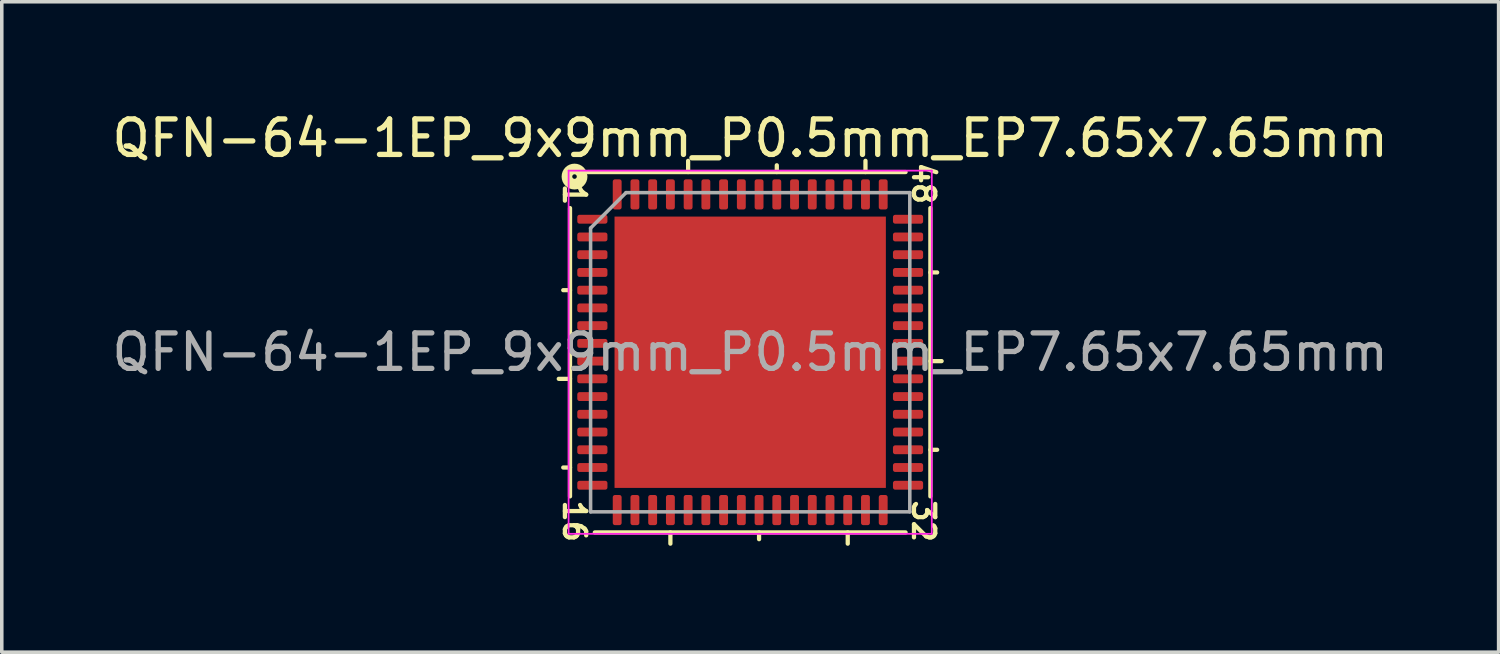
<source format=kicad_pcb>
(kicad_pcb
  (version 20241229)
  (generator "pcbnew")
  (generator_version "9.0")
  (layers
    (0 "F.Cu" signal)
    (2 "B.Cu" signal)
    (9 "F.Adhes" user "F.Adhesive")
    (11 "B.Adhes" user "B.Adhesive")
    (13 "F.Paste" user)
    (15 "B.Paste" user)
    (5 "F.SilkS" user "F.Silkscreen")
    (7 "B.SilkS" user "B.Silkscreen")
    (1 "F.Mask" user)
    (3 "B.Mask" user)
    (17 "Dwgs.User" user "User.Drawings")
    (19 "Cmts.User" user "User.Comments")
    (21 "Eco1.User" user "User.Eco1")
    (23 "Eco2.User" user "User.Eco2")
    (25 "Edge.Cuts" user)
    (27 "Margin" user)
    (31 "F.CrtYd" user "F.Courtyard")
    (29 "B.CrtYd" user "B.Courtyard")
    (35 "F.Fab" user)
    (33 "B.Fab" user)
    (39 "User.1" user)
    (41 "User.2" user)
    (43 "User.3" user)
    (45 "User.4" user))
  (footprint "QFN-64-1EP_9x9mm_P0.5mm_EP7.65x7.65mm"
    (layer "F.Cu")
    (at 18.101 6.881)
    (property "Reference" "QFN-64-1EP_9x9mm_P0.5mm_EP7.65x7.65mm" (at 0 -6.032 0) (layer "F.SilkS") (effects (font (size 1 1) (thickness 0.15))))
    (attr smd)
    (fp_line (start -5.08 -4.064) (end -5.08 4.064) (stroke (width 0.12) (type solid)) (layer "F.SilkS"))
    (fp_line (start -5.08 -1.75) (end -5.271 -1.75) (stroke (width 0.12) (type solid)) (layer "F.SilkS"))
    (fp_line (start -5.08 0.75) (end -5.397 0.75) (stroke (width 0.12) (type solid)) (layer "F.SilkS"))
    (fp_line (start -5.08 3.25) (end -5.271 3.25) (stroke (width 0.12) (type solid)) (layer "F.SilkS"))
    (fp_line (start -4.381 5.08) (end 4.381 5.08) (stroke (width 0.12) (type solid)) (layer "F.SilkS"))
    (fp_line (start -2.25 5.08) (end -2.25 5.397) (stroke (width 0.12) (type solid)) (layer "F.SilkS"))
    (fp_line (start -1.75 -5.08) (end -1.75 -5.397) (stroke (width 0.12) (type solid)) (layer "F.SilkS"))
    (fp_line (start 0.25 5.08) (end 0.25 5.271) (stroke (width 0.12) (type solid)) (layer "F.SilkS"))
    (fp_line (start 0.75 -5.08) (end 0.75 -5.271) (stroke (width 0.12) (type solid)) (layer "F.SilkS"))
    (fp_line (start 2.75 5.08) (end 2.75 5.397) (stroke (width 0.12) (type solid)) (layer "F.SilkS"))
    (fp_line (start 3.25 -5.08) (end 3.25 -5.397) (stroke (width 0.12) (type solid)) (layer "F.SilkS"))
    (fp_line (start 4.381 -5.08) (end -4.572 -5.08) (stroke (width 0.12) (type solid)) (layer "F.SilkS"))
    (fp_line (start 5.08 -2.25) (end 5.271 -2.25) (stroke (width 0.12) (type solid)) (layer "F.SilkS"))
    (fp_line (start 5.08 0.25) (end 5.397 0.25) (stroke (width 0.12) (type solid)) (layer "F.SilkS"))
    (fp_line (start 5.08 2.75) (end 5.271 2.75) (stroke (width 0.12) (type solid)) (layer "F.SilkS"))
    (fp_line (start 5.08 4.064) (end 5.08 -4.064) (stroke (width 0.12) (type solid)) (layer "F.SilkS"))
    (fp_circle (center -4.953 -4.953) (end -4.889 -4.953) (stroke (width 0.3) (type solid)) (fill no) (layer "F.SilkS"))
    (fp_line (start -5.12 -5.12) (end -5.12 5.12) (stroke (width 0.05) (type solid)) (layer "F.CrtYd"))
    (fp_line (start -5.12 5.12) (end 5.12 5.12) (stroke (width 0.05) (type solid)) (layer "F.CrtYd"))
    (fp_line (start 5.12 -5.12) (end -5.12 -5.12) (stroke (width 0.05) (type solid)) (layer "F.CrtYd"))
    (fp_line (start 5.12 5.12) (end 5.12 -5.12) (stroke (width 0.05) (type solid)) (layer "F.CrtYd"))
    (fp_line (start -4.5 -3.5) (end -3.5 -4.5) (stroke (width 0.1) (type solid)) (layer "F.Fab"))
    (fp_line (start -4.5 4.5) (end -4.5 -3.5) (stroke (width 0.1) (type solid)) (layer "F.Fab"))
    (fp_line (start -3.5 -4.5) (end 4.5 -4.5) (stroke (width 0.1) (type solid)) (layer "F.Fab"))
    (fp_line (start 4.5 -4.5) (end 4.5 4.5) (stroke (width 0.1) (type solid)) (layer "F.Fab"))
    (fp_line (start 4.5 4.5) (end -4.5 4.5) (stroke (width 0.1) (type solid)) (layer "F.Fab"))
    (fp_text user "1" (at -4.953 -4.445 270) (unlocked yes) (layer "F.SilkS") (effects (font (size 0.6 0.6) (thickness 0.12))))
    (fp_text user "48" (at 4.889 -4.763 270) (unlocked yes) (layer "F.SilkS") (effects (font (size 0.6 0.6) (thickness 0.12))))
    (fp_text user "16" (at -4.953 4.763 270) (unlocked yes) (layer "F.SilkS") (effects (font (size 0.6 0.6) (thickness 0.12))))
    (fp_text user "32" (at 4.889 4.763 270) (unlocked yes) (layer "F.SilkS") (effects (font (size 0.6 0.6) (thickness 0.12))))
    (fp_text user "${REFERENCE}" (at 0 0 0) (layer "F.Fab") (effects (font (size 1 1) (thickness 0.15))))
    (pad "" smd roundrect (at -3.2 -3.2) (size 1.03 1.03) (layers "F.Paste") (roundrect_rratio 0.243))
    (pad "" smd roundrect (at -3.2 -1.92) (size 1.03 1.03) (layers "F.Paste") (roundrect_rratio 0.243))
    (pad "" smd roundrect (at -3.2 -0.64) (size 1.03 1.03) (layers "F.Paste") (roundrect_rratio 0.243))
    (pad "" smd roundrect (at -3.2 0.64) (size 1.03 1.03) (layers "F.Paste") (roundrect_rratio 0.243))
    (pad "" smd roundrect (at -3.2 1.92) (size 1.03 1.03) (layers "F.Paste") (roundrect_rratio 0.243))
    (pad "" smd roundrect (at -3.2 3.2) (size 1.03 1.03) (layers "F.Paste") (roundrect_rratio 0.243))
    (pad "" smd roundrect (at -1.92 -3.2) (size 1.03 1.03) (layers "F.Paste") (roundrect_rratio 0.243))
    (pad "" smd roundrect (at -1.92 -1.92) (size 1.03 1.03) (layers "F.Paste") (roundrect_rratio 0.243))
    (pad "" smd roundrect (at -1.92 -0.64) (size 1.03 1.03) (layers "F.Paste") (roundrect_rratio 0.243))
    (pad "" smd roundrect (at -1.92 0.64) (size 1.03 1.03) (layers "F.Paste") (roundrect_rratio 0.243))
    (pad "" smd roundrect (at -1.92 1.92) (size 1.03 1.03) (layers "F.Paste") (roundrect_rratio 0.243))
    (pad "" smd roundrect (at -1.92 3.2) (size 1.03 1.03) (layers "F.Paste") (roundrect_rratio 0.243))
    (pad "" smd roundrect (at -0.64 -3.2) (size 1.03 1.03) (layers "F.Paste") (roundrect_rratio 0.243))
    (pad "" smd roundrect (at -0.64 -1.92) (size 1.03 1.03) (layers "F.Paste") (roundrect_rratio 0.243))
    (pad "" smd roundrect (at -0.64 -0.64) (size 1.03 1.03) (layers "F.Paste") (roundrect_rratio 0.243))
    (pad "" smd roundrect (at -0.64 0.64) (size 1.03 1.03) (layers "F.Paste") (roundrect_rratio 0.243))
    (pad "" smd roundrect (at -0.64 1.92) (size 1.03 1.03) (layers "F.Paste") (roundrect_rratio 0.243))
    (pad "" smd roundrect (at -0.64 3.2) (size 1.03 1.03) (layers "F.Paste") (roundrect_rratio 0.243))
    (pad "" smd roundrect (at 0.64 -3.2) (size 1.03 1.03) (layers "F.Paste") (roundrect_rratio 0.243))
    (pad "" smd roundrect (at 0.64 -1.92) (size 1.03 1.03) (layers "F.Paste") (roundrect_rratio 0.243))
    (pad "" smd roundrect (at 0.64 -0.64) (size 1.03 1.03) (layers "F.Paste") (roundrect_rratio 0.243))
    (pad "" smd roundrect (at 0.64 0.64) (size 1.03 1.03) (layers "F.Paste") (roundrect_rratio 0.243))
    (pad "" smd roundrect (at 0.64 1.92) (size 1.03 1.03) (layers "F.Paste") (roundrect_rratio 0.243))
    (pad "" smd roundrect (at 0.64 3.2) (size 1.03 1.03) (layers "F.Paste") (roundrect_rratio 0.243))
    (pad "" smd roundrect (at 1.92 -3.2) (size 1.03 1.03) (layers "F.Paste") (roundrect_rratio 0.243))
    (pad "" smd roundrect (at 1.92 -1.92) (size 1.03 1.03) (layers "F.Paste") (roundrect_rratio 0.243))
    (pad "" smd roundrect (at 1.92 -0.64) (size 1.03 1.03) (layers "F.Paste") (roundrect_rratio 0.243))
    (pad "" smd roundrect (at 1.92 0.64) (size 1.03 1.03) (layers "F.Paste") (roundrect_rratio 0.243))
    (pad "" smd roundrect (at 1.92 1.92) (size 1.03 1.03) (layers "F.Paste") (roundrect_rratio 0.243))
    (pad "" smd roundrect (at 1.92 3.2) (size 1.03 1.03) (layers "F.Paste") (roundrect_rratio 0.243))
    (pad "" smd roundrect (at 3.2 -3.2) (size 1.03 1.03) (layers "F.Paste") (roundrect_rratio 0.243))
    (pad "" smd roundrect (at 3.2 -1.92) (size 1.03 1.03) (layers "F.Paste") (roundrect_rratio 0.243))
    (pad "" smd roundrect (at 3.2 -0.64) (size 1.03 1.03) (layers "F.Paste") (roundrect_rratio 0.243))
    (pad "" smd roundrect (at 3.2 0.64) (size 1.03 1.03) (layers "F.Paste") (roundrect_rratio 0.243))
    (pad "" smd roundrect (at 3.2 1.92) (size 1.03 1.03) (layers "F.Paste") (roundrect_rratio 0.243))
    (pad "" smd roundrect (at 3.2 3.2) (size 1.03 1.03) (layers "F.Paste") (roundrect_rratio 0.243))
    (pad "1" smd roundrect (at -4.45 -3.75) (size 0.85 0.25) (layers "F.Cu" "F.Mask" "F.Paste") (roundrect_rratio 0.25))
    (pad "2" smd roundrect (at -4.45 -3.25) (size 0.85 0.25) (layers "F.Cu" "F.Mask" "F.Paste") (roundrect_rratio 0.25))
    (pad "3" smd roundrect (at -4.45 -2.75) (size 0.85 0.25) (layers "F.Cu" "F.Mask" "F.Paste") (roundrect_rratio 0.25))
    (pad "4" smd roundrect (at -4.45 -2.25) (size 0.85 0.25) (layers "F.Cu" "F.Mask" "F.Paste") (roundrect_rratio 0.25))
    (pad "5" smd roundrect (at -4.45 -1.75) (size 0.85 0.25) (layers "F.Cu" "F.Mask" "F.Paste") (roundrect_rratio 0.25))
    (pad "6" smd roundrect (at -4.45 -1.25) (size 0.85 0.25) (layers "F.Cu" "F.Mask" "F.Paste") (roundrect_rratio 0.25))
    (pad "7" smd roundrect (at -4.45 -0.75) (size 0.85 0.25) (layers "F.Cu" "F.Mask" "F.Paste") (roundrect_rratio 0.25))
    (pad "8" smd roundrect (at -4.45 -0.25) (size 0.85 0.25) (layers "F.Cu" "F.Mask" "F.Paste") (roundrect_rratio 0.25))
    (pad "9" smd roundrect (at -4.45 0.25) (size 0.85 0.25) (layers "F.Cu" "F.Mask" "F.Paste") (roundrect_rratio 0.25))
    (pad "10" smd roundrect (at -4.45 0.75) (size 0.85 0.25) (layers "F.Cu" "F.Mask" "F.Paste") (roundrect_rratio 0.25))
    (pad "11" smd roundrect (at -4.45 1.25) (size 0.85 0.25) (layers "F.Cu" "F.Mask" "F.Paste") (roundrect_rratio 0.25))
    (pad "12" smd roundrect (at -4.45 1.75) (size 0.85 0.25) (layers "F.Cu" "F.Mask" "F.Paste") (roundrect_rratio 0.25))
    (pad "13" smd roundrect (at -4.45 2.25) (size 0.85 0.25) (layers "F.Cu" "F.Mask" "F.Paste") (roundrect_rratio 0.25))
    (pad "14" smd roundrect (at -4.45 2.75) (size 0.85 0.25) (layers "F.Cu" "F.Mask" "F.Paste") (roundrect_rratio 0.25))
    (pad "15" smd roundrect (at -4.45 3.25) (size 0.85 0.25) (layers "F.Cu" "F.Mask" "F.Paste") (roundrect_rratio 0.25))
    (pad "16" smd roundrect (at -4.45 3.75) (size 0.85 0.25) (layers "F.Cu" "F.Mask" "F.Paste") (roundrect_rratio 0.25))
    (pad "17" smd roundrect (at -3.75 4.45) (size 0.25 0.85) (layers "F.Cu" "F.Mask" "F.Paste") (roundrect_rratio 0.25))
    (pad "18" smd roundrect (at -3.25 4.45) (size 0.25 0.85) (layers "F.Cu" "F.Mask" "F.Paste") (roundrect_rratio 0.25))
    (pad "19" smd roundrect (at -2.75 4.45) (size 0.25 0.85) (layers "F.Cu" "F.Mask" "F.Paste") (roundrect_rratio 0.25))
    (pad "20" smd roundrect (at -2.25 4.45) (size 0.25 0.85) (layers "F.Cu" "F.Mask" "F.Paste") (roundrect_rratio 0.25))
    (pad "21" smd roundrect (at -1.75 4.45) (size 0.25 0.85) (layers "F.Cu" "F.Mask" "F.Paste") (roundrect_rratio 0.25))
    (pad "22" smd roundrect (at -1.25 4.45) (size 0.25 0.85) (layers "F.Cu" "F.Mask" "F.Paste") (roundrect_rratio 0.25))
    (pad "23" smd roundrect (at -0.75 4.45) (size 0.25 0.85) (layers "F.Cu" "F.Mask" "F.Paste") (roundrect_rratio 0.25))
    (pad "24" smd roundrect (at -0.25 4.45) (size 0.25 0.85) (layers "F.Cu" "F.Mask" "F.Paste") (roundrect_rratio 0.25))
    (pad "25" smd roundrect (at 0.25 4.45) (size 0.25 0.85) (layers "F.Cu" "F.Mask" "F.Paste") (roundrect_rratio 0.25))
    (pad "26" smd roundrect (at 0.75 4.45) (size 0.25 0.85) (layers "F.Cu" "F.Mask" "F.Paste") (roundrect_rratio 0.25))
    (pad "27" smd roundrect (at 1.25 4.45) (size 0.25 0.85) (layers "F.Cu" "F.Mask" "F.Paste") (roundrect_rratio 0.25))
    (pad "28" smd roundrect (at 1.75 4.45) (size 0.25 0.85) (layers "F.Cu" "F.Mask" "F.Paste") (roundrect_rratio 0.25))
    (pad "29" smd roundrect (at 2.25 4.45) (size 0.25 0.85) (layers "F.Cu" "F.Mask" "F.Paste") (roundrect_rratio 0.25))
    (pad "30" smd roundrect (at 2.75 4.45) (size 0.25 0.85) (layers "F.Cu" "F.Mask" "F.Paste") (roundrect_rratio 0.25))
    (pad "31" smd roundrect (at 3.25 4.45) (size 0.25 0.85) (layers "F.Cu" "F.Mask" "F.Paste") (roundrect_rratio 0.25))
    (pad "32" smd roundrect (at 3.75 4.45) (size 0.25 0.85) (layers "F.Cu" "F.Mask" "F.Paste") (roundrect_rratio 0.25))
    (pad "33" smd roundrect (at 4.45 3.75) (size 0.85 0.25) (layers "F.Cu" "F.Mask" "F.Paste") (roundrect_rratio 0.25))
    (pad "34" smd roundrect (at 4.45 3.25) (size 0.85 0.25) (layers "F.Cu" "F.Mask" "F.Paste") (roundrect_rratio 0.25))
    (pad "35" smd roundrect (at 4.45 2.75) (size 0.85 0.25) (layers "F.Cu" "F.Mask" "F.Paste") (roundrect_rratio 0.25))
    (pad "36" smd roundrect (at 4.45 2.25) (size 0.85 0.25) (layers "F.Cu" "F.Mask" "F.Paste") (roundrect_rratio 0.25))
    (pad "37" smd roundrect (at 4.45 1.75) (size 0.85 0.25) (layers "F.Cu" "F.Mask" "F.Paste") (roundrect_rratio 0.25))
    (pad "38" smd roundrect (at 4.45 1.25) (size 0.85 0.25) (layers "F.Cu" "F.Mask" "F.Paste") (roundrect_rratio 0.25))
    (pad "39" smd roundrect (at 4.45 0.75) (size 0.85 0.25) (layers "F.Cu" "F.Mask" "F.Paste") (roundrect_rratio 0.25))
    (pad "40" smd roundrect (at 4.45 0.25) (size 0.85 0.25) (layers "F.Cu" "F.Mask" "F.Paste") (roundrect_rratio 0.25))
    (pad "41" smd roundrect (at 4.45 -0.25) (size 0.85 0.25) (layers "F.Cu" "F.Mask" "F.Paste") (roundrect_rratio 0.25))
    (pad "42" smd roundrect (at 4.45 -0.75) (size 0.85 0.25) (layers "F.Cu" "F.Mask" "F.Paste") (roundrect_rratio 0.25))
    (pad "43" smd roundrect (at 4.45 -1.25) (size 0.85 0.25) (layers "F.Cu" "F.Mask" "F.Paste") (roundrect_rratio 0.25))
    (pad "44" smd roundrect (at 4.45 -1.75) (size 0.85 0.25) (layers "F.Cu" "F.Mask" "F.Paste") (roundrect_rratio 0.25))
    (pad "45" smd roundrect (at 4.45 -2.25) (size 0.85 0.25) (layers "F.Cu" "F.Mask" "F.Paste") (roundrect_rratio 0.25))
    (pad "46" smd roundrect (at 4.45 -2.75) (size 0.85 0.25) (layers "F.Cu" "F.Mask" "F.Paste") (roundrect_rratio 0.25))
    (pad "47" smd roundrect (at 4.45 -3.25) (size 0.85 0.25) (layers "F.Cu" "F.Mask" "F.Paste") (roundrect_rratio 0.25))
    (pad "48" smd roundrect (at 4.45 -3.75) (size 0.85 0.25) (layers "F.Cu" "F.Mask" "F.Paste") (roundrect_rratio 0.25))
    (pad "49" smd roundrect (at 3.75 -4.45) (size 0.25 0.85) (layers "F.Cu" "F.Mask" "F.Paste") (roundrect_rratio 0.25))
    (pad "50" smd roundrect (at 3.25 -4.45) (size 0.25 0.85) (layers "F.Cu" "F.Mask" "F.Paste") (roundrect_rratio 0.25))
    (pad "51" smd roundrect (at 2.75 -4.45) (size 0.25 0.85) (layers "F.Cu" "F.Mask" "F.Paste") (roundrect_rratio 0.25))
    (pad "52" smd roundrect (at 2.25 -4.45) (size 0.25 0.85) (layers "F.Cu" "F.Mask" "F.Paste") (roundrect_rratio 0.25))
    (pad "53" smd roundrect (at 1.75 -4.45) (size 0.25 0.85) (layers "F.Cu" "F.Mask" "F.Paste") (roundrect_rratio 0.25))
    (pad "54" smd roundrect (at 1.25 -4.45) (size 0.25 0.85) (layers "F.Cu" "F.Mask" "F.Paste") (roundrect_rratio 0.25))
    (pad "55" smd roundrect (at 0.75 -4.45) (size 0.25 0.85) (layers "F.Cu" "F.Mask" "F.Paste") (roundrect_rratio 0.25))
    (pad "56" smd roundrect (at 0.25 -4.45) (size 0.25 0.85) (layers "F.Cu" "F.Mask" "F.Paste") (roundrect_rratio 0.25))
    (pad "57" smd roundrect (at -0.25 -4.45) (size 0.25 0.85) (layers "F.Cu" "F.Mask" "F.Paste") (roundrect_rratio 0.25))
    (pad "58" smd roundrect (at -0.75 -4.45) (size 0.25 0.85) (layers "F.Cu" "F.Mask" "F.Paste") (roundrect_rratio 0.25))
    (pad "59" smd roundrect (at -1.25 -4.45) (size 0.25 0.85) (layers "F.Cu" "F.Mask" "F.Paste") (roundrect_rratio 0.25))
    (pad "60" smd roundrect (at -1.75 -4.45) (size 0.25 0.85) (layers "F.Cu" "F.Mask" "F.Paste") (roundrect_rratio 0.25))
    (pad "61" smd roundrect (at -2.25 -4.45) (size 0.25 0.85) (layers "F.Cu" "F.Mask" "F.Paste") (roundrect_rratio 0.25))
    (pad "62" smd roundrect (at -2.75 -4.45) (size 0.25 0.85) (layers "F.Cu" "F.Mask" "F.Paste") (roundrect_rratio 0.25))
    (pad "63" smd roundrect (at -3.25 -4.45) (size 0.25 0.85) (layers "F.Cu" "F.Mask" "F.Paste") (roundrect_rratio 0.25))
    (pad "64" smd roundrect (at -3.75 -4.45) (size 0.25 0.85) (layers "F.Cu" "F.Mask" "F.Paste") (roundrect_rratio 0.25))
    (pad "65" smd rect (at 0 0) (size 7.65 7.65) (layers "F.Cu" "F.Mask")))
  (gr_rect
    (start -3 -3)
    (end 39.202 15.338)
    (stroke (width 0.1) (type default))
    (fill no)
    (layer "Edge.Cuts")))
</source>
